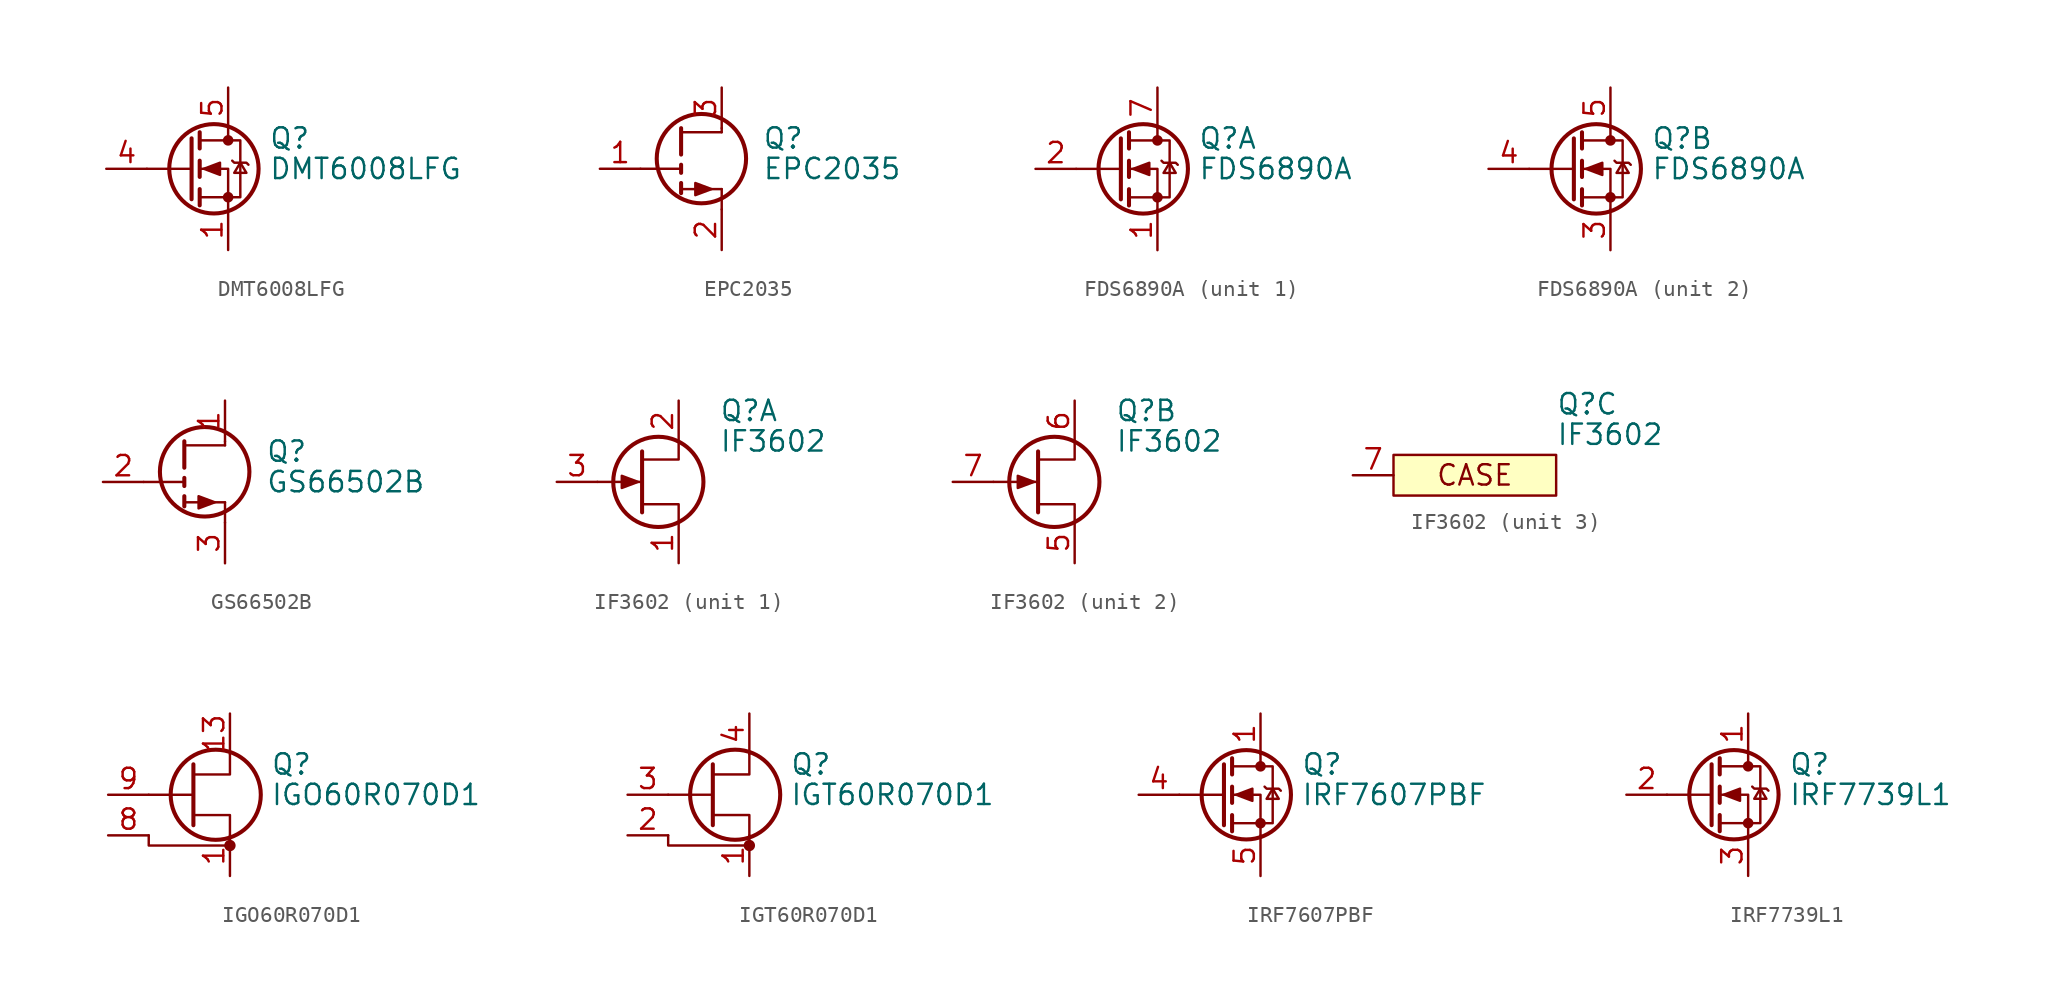
<source format=kicad_sym>
(kicad_symbol_lib
  (version 20231120)
  (generator "kicad_symbol_editor")
  (generator_version "8.0")
  (symbol "DMT6008LFG"
    (pin_names hide)
    (property "Reference" "Q"
      (at 5.08 1.905 0)
      (effects (font (size 1.27 1.27)) (justify left)))
    (property "Value" "DMT6008LFG"
      (at 5.08 0 0)
      (effects (font (size 1.27 1.27)) (justify left)))
    (symbol "DMT6008LFG_0_1"
      (polyline (pts (xy 0.254 0) (xy -2.54 0)) (stroke (width 0) (type default)) (fill (type none)))
      (polyline (pts (xy 0.254 1.905) (xy 0.254 -1.905)) (stroke (width 0.254) (type default)) (fill (type none)))
      (polyline (pts (xy 0.762 -1.27) (xy 0.762 -2.286)) (stroke (width 0.254) (type default)) (fill (type none)))
      (polyline (pts (xy 0.762 0.508) (xy 0.762 -0.508)) (stroke (width 0.254) (type default)) (fill (type none)))
      (polyline (pts (xy 0.762 2.286) (xy 0.762 1.27)) (stroke (width 0.254) (type default)) (fill (type none)))
      (polyline (pts (xy 2.54 2.54) (xy 2.54 1.778)) (stroke (width 0) (type default)) (fill (type none)))
      (polyline (pts (xy 2.54 -2.54) (xy 2.54 0) (xy 0.762 0)) (stroke (width 0) (type default)) (fill (type none)))
      (polyline (pts (xy 0.762 -1.778) (xy 3.302 -1.778) (xy 3.302 1.778) (xy 0.762 1.778)) (stroke (width 0) (type default)) (fill (type none)))
      (polyline (pts (xy 1.016 0) (xy 2.032 0.381) (xy 2.032 -0.381) (xy 1.016 0)) (stroke (width 0) (type default)) (fill (type outline)))
      (polyline (pts (xy 2.794 0.508) (xy 2.921 0.381) (xy 3.683 0.381) (xy 3.81 0.254)) (stroke (width 0) (type default)) (fill (type none)))
      (polyline (pts (xy 3.302 0.381) (xy 2.921 -0.254) (xy 3.683 -0.254) (xy 3.302 0.381)) (stroke (width 0) (type default)) (fill (type none)))
      (circle (center 1.651 0) (radius 2.794) (stroke (width 0.254) (type default)) (fill (type none)))
      (circle (center 2.54 -1.778) (radius 0.254) (stroke (width 0) (type default)) (fill (type outline)))
      (circle (center 2.54 1.778) (radius 0.254) (stroke (width 0) (type default)) (fill (type outline))))
    (symbol "DMT6008LFG_1_1"
      (pin passive line (at 2.54 -5.08 90) (length 2.54) (name "S" (effects (font (size 1.27 1.27)))) (number "1" (effects (font (size 1.27 1.27)))))
      (pin passive line (at 2.54 -5.08 90) (length 2.54) hide (name "S" (effects (font (size 1.27 1.27)))) (number "2" (effects (font (size 1.27 1.27)))))
      (pin passive line (at 2.54 -5.08 90) (length 2.54) hide (name "S" (effects (font (size 1.27 1.27)))) (number "3" (effects (font (size 1.27 1.27)))))
      (pin passive line (at -5.08 0 0) (length 2.54) (name "G" (effects (font (size 1.27 1.27)))) (number "4" (effects (font (size 1.27 1.27)))))
      (pin passive line (at 2.54 5.08 270) (length 2.54) (name "D" (effects (font (size 1.27 1.27)))) (number "5" (effects (font (size 1.27 1.27)))))))
  (symbol "EPC2035"
    (pin_names
      (offset 0) hide)
    (property "Reference" "Q"
      (at 5.08 1.905 0)
      (effects (font (size 1.27 1.27)) (justify left)))
    (property "Value" "EPC2035"
      (at 5.08 0 0)
      (effects (font (size 1.27 1.27)) (justify left)))
    (symbol "EPC2035_0_1"
      (polyline (pts (xy 0 0) (xy -2.54 0)) (stroke (width 0) (type default)) (fill (type none)))
      (polyline (pts (xy 0 2.286) (xy 2.54 2.286)) (stroke (width 0) (type default)) (fill (type none)))
      (polyline (pts (xy 2.54 -2.54) (xy 2.54 -1.27)) (stroke (width 0) (type default)) (fill (type none)))
      (polyline (pts (xy 2.54 -1.27) (xy 0 -1.27)) (stroke (width 0) (type default)) (fill (type none)))
      (polyline (pts (xy 2.54 2.286) (xy 2.54 2.54)) (stroke (width 0) (type default)) (fill (type none)))
      (polyline (pts (xy 1.905 -1.27) (xy 0.889 -0.889) (xy 0.889 -1.651) (xy 1.905 -1.27)) (stroke (width 0) (type default)) (fill (type outline)))
      (circle (center 1.27 0.635) (radius 2.794) (stroke (width 0.254) (type default)) (fill (type none))))
    (symbol "EPC2035_1_1"
      (polyline (pts (xy 0 -0.889) (xy 0 -1.524)) (stroke (width 0.254) (type default)) (fill (type none)))
      (polyline (pts (xy 0 0.254) (xy 0 -0.254)) (stroke (width 0.254) (type default)) (fill (type none)))
      (polyline (pts (xy 0 0.889) (xy 0 2.54)) (stroke (width 0.254) (type default)) (fill (type none)))
      (pin input line (at -5.08 0 0) (length 2.54) (name "G" (effects (font (size 1.27 1.27)))) (number "1" (effects (font (size 1.27 1.27)))))
      (pin passive line (at 2.54 -5.08 90) (length 2.54) (name "S" (effects (font (size 1.27 1.27)))) (number "2" (effects (font (size 1.27 1.27)))))
      (pin passive line (at 2.54 5.08 270) (length 2.54) (name "D" (effects (font (size 1.27 1.27)))) (number "3" (effects (font (size 1.27 1.27)))))
      (pin passive line (at 2.54 -5.08 90) (length 2.54) hide (name "S" (effects (font (size 1.27 1.27)))) (number "4" (effects (font (size 1.27 1.27)))))))
  (symbol "FDS6890A"
    (pin_names hide)
    (property "Reference" "Q"
      (at 5.08 1.905 0)
      (effects (font (size 1.27 1.27)) (justify left)))
    (property "Value" "FDS6890A"
      (at 5.08 0 0)
      (effects (font (size 1.27 1.27)) (justify left)))
    (symbol "FDS6890A_0_1"
      (polyline (pts (xy 0.254 0) (xy -2.54 0)) (stroke (width 0) (type default)) (fill (type none)))
      (polyline (pts (xy 0.254 1.905) (xy 0.254 -1.905)) (stroke (width 0.254) (type default)) (fill (type none)))
      (polyline (pts (xy 0.762 -1.27) (xy 0.762 -2.286)) (stroke (width 0.254) (type default)) (fill (type none)))
      (polyline (pts (xy 0.762 0.508) (xy 0.762 -0.508)) (stroke (width 0.254) (type default)) (fill (type none)))
      (polyline (pts (xy 0.762 2.286) (xy 0.762 1.27)) (stroke (width 0.254) (type default)) (fill (type none)))
      (polyline (pts (xy 2.54 2.54) (xy 2.54 1.778)) (stroke (width 0) (type default)) (fill (type none)))
      (polyline (pts (xy 2.54 -2.54) (xy 2.54 0) (xy 0.762 0)) (stroke (width 0) (type default)) (fill (type none)))
      (polyline (pts (xy 0.762 -1.778) (xy 3.302 -1.778) (xy 3.302 1.778) (xy 0.762 1.778)) (stroke (width 0) (type default)) (fill (type none)))
      (polyline (pts (xy 1.016 0) (xy 2.032 0.381) (xy 2.032 -0.381) (xy 1.016 0)) (stroke (width 0) (type default)) (fill (type outline)))
      (polyline (pts (xy 2.794 0.508) (xy 2.921 0.381) (xy 3.683 0.381) (xy 3.81 0.254)) (stroke (width 0) (type default)) (fill (type none)))
      (polyline (pts (xy 3.302 0.381) (xy 2.921 -0.254) (xy 3.683 -0.254) (xy 3.302 0.381)) (stroke (width 0) (type default)) (fill (type none)))
      (circle (center 1.651 0) (radius 2.794) (stroke (width 0.254) (type default)) (fill (type none)))
      (circle (center 2.54 -1.778) (radius 0.254) (stroke (width 0) (type default)) (fill (type outline)))
      (circle (center 2.54 1.778) (radius 0.254) (stroke (width 0) (type default)) (fill (type outline))))
    (symbol "FDS6890A_1_1"
      (pin passive line (at 2.54 -5.08 90) (length 2.54) (name "S1" (effects (font (size 1.27 1.27)))) (number "1" (effects (font (size 1.27 1.27)))))
      (pin passive line (at -5.08 0 0) (length 2.54) (name "G1" (effects (font (size 1.27 1.27)))) (number "2" (effects (font (size 1.27 1.27)))))
      (pin passive line (at 2.54 5.08 270) (length 2.54) (name "D1" (effects (font (size 1.27 1.27)))) (number "7" (effects (font (size 1.27 1.27)))))
      (pin passive line (at 2.54 5.08 270) (length 2.54) hide (name "D1" (effects (font (size 1.27 1.27)))) (number "8" (effects (font (size 1.27 1.27))))))
    (symbol "FDS6890A_2_1"
      (pin passive line (at 2.54 -5.08 90) (length 2.54) (name "S2" (effects (font (size 1.27 1.27)))) (number "3" (effects (font (size 1.27 1.27)))))
      (pin passive line (at -5.08 0 0) (length 2.54) (name "G2" (effects (font (size 1.27 1.27)))) (number "4" (effects (font (size 1.27 1.27)))))
      (pin passive line (at 2.54 5.08 270) (length 2.54) (name "D2" (effects (font (size 1.27 1.27)))) (number "5" (effects (font (size 1.27 1.27)))))
      (pin passive line (at 2.54 5.08 270) (length 2.54) hide (name "D2" (effects (font (size 1.27 1.27)))) (number "6" (effects (font (size 1.27 1.27)))))))
  (symbol "GS66502B"
    (pin_names
      (offset 0) hide)
    (property "Reference" "Q"
      (at 5.08 1.905 0)
      (effects (font (size 1.27 1.27)) (justify left)))
    (property "Value" "GS66502B"
      (at 5.08 0 0)
      (effects (font (size 1.27 1.27)) (justify left)))
    (symbol "GS66502B_0_1"
      (polyline (pts (xy 0 0) (xy -2.54 0)) (stroke (width 0) (type default)) (fill (type none)))
      (polyline (pts (xy 0 2.286) (xy 2.54 2.286)) (stroke (width 0) (type default)) (fill (type none)))
      (polyline (pts (xy 2.54 -2.54) (xy 2.54 -1.27)) (stroke (width 0) (type default)) (fill (type none)))
      (polyline (pts (xy 2.54 -1.27) (xy 0 -1.27)) (stroke (width 0) (type default)) (fill (type none)))
      (polyline (pts (xy 2.54 2.286) (xy 2.54 2.54)) (stroke (width 0) (type default)) (fill (type none)))
      (polyline (pts (xy 1.905 -1.27) (xy 0.889 -0.889) (xy 0.889 -1.651) (xy 1.905 -1.27)) (stroke (width 0) (type default)) (fill (type outline)))
      (circle (center 1.27 0.635) (radius 2.794) (stroke (width 0.254) (type default)) (fill (type none))))
    (symbol "GS66502B_1_1"
      (polyline (pts (xy 0 -0.889) (xy 0 -1.524)) (stroke (width 0.254) (type default)) (fill (type none)))
      (polyline (pts (xy 0 0.254) (xy 0 -0.254)) (stroke (width 0.254) (type default)) (fill (type none)))
      (polyline (pts (xy 0 0.889) (xy 0 2.54)) (stroke (width 0.254) (type default)) (fill (type none)))
      (pin passive line (at 2.54 5.08 270) (length 2.54) (name "D" (effects (font (size 1.27 1.27)))) (number "1" (effects (font (size 1.27 1.27)))))
      (pin input line (at -5.08 0 0) (length 2.54) (name "G" (effects (font (size 1.27 1.27)))) (number "2" (effects (font (size 1.27 1.27)))))
      (pin passive line (at 2.54 -5.08 90) (length 2.54) (name "S" (effects (font (size 1.27 1.27)))) (number "3" (effects (font (size 1.27 1.27)))))))
  (symbol "IF3602"
    (pin_names hide)
    (property "Reference" "Q"
      (at 5.08 4.445 0)
      (effects (font (size 1.27 1.27)) (justify left)))
    (property "Value" "IF3602"
      (at 5.08 2.54 0)
      (effects (font (size 1.27 1.27)) (justify left)))
    (symbol "IF3602_1_1"
      (polyline (pts (xy 0.254 0) (xy -2.54 0)) (stroke (width 0) (type default)) (fill (type none)))
      (polyline (pts (xy 0.254 1.905) (xy 0.254 -1.905)) (stroke (width 0.254) (type default)) (fill (type none)))
      (polyline (pts (xy 2.54 -2.54) (xy 2.54 -1.397) (xy 0.254 -1.397)) (stroke (width 0) (type default)) (fill (type none)))
      (polyline (pts (xy 2.54 2.54) (xy 2.54 1.397) (xy 0.254 1.397)) (stroke (width 0) (type default)) (fill (type none)))
      (polyline (pts (xy 0 0) (xy -1.016 0.381) (xy -1.016 -0.381) (xy 0 0)) (stroke (width 0) (type default)) (fill (type outline)))
      (circle (center 1.27 0) (radius 2.819) (stroke (width 0.254) (type default)) (fill (type none)))
      (pin passive line (at 2.54 -5.08 90) (length 2.54) (name "S1" (effects (font (size 1.27 1.27)))) (number "1" (effects (font (size 1.27 1.27)))))
      (pin passive line (at 2.54 5.08 270) (length 2.54) (name "D1" (effects (font (size 1.27 1.27)))) (number "2" (effects (font (size 1.27 1.27)))))
      (pin input line (at -5.08 0 0) (length 2.54) (name "G1" (effects (font (size 1.27 1.27)))) (number "3" (effects (font (size 1.27 1.27))))))
    (symbol "IF3602_2_1"
      (polyline (pts (xy 0.254 0) (xy -2.54 0)) (stroke (width 0) (type default)) (fill (type none)))
      (polyline (pts (xy 0.254 1.905) (xy 0.254 -1.905)) (stroke (width 0.254) (type default)) (fill (type none)))
      (polyline (pts (xy 2.54 -2.54) (xy 2.54 -1.397) (xy 0.254 -1.397)) (stroke (width 0) (type default)) (fill (type none)))
      (polyline (pts (xy 2.54 2.54) (xy 2.54 1.397) (xy 0.254 1.397)) (stroke (width 0) (type default)) (fill (type none)))
      (polyline (pts (xy 0 0) (xy -1.016 0.381) (xy -1.016 -0.381) (xy 0 0)) (stroke (width 0) (type default)) (fill (type outline)))
      (circle (center 1.27 0) (radius 2.819) (stroke (width 0.254) (type default)) (fill (type none)))
      (pin passive line (at 2.54 -5.08 90) (length 2.54) (name "S2" (effects (font (size 1.27 1.27)))) (number "5" (effects (font (size 1.27 1.27)))))
      (pin passive line (at 2.54 5.08 270) (length 2.54) (name "D2" (effects (font (size 1.27 1.27)))) (number "6" (effects (font (size 1.27 1.27)))))
      (pin input line (at -5.08 0 0) (length 2.54) (name "G2" (effects (font (size 1.27 1.27)))) (number "7" (effects (font (size 1.27 1.27))))))
    (symbol "IF3602_3_1"
      (rectangle (start -5.08 1.27) (end 5.08 -1.27) (stroke (width 0) (type default)) (fill (type background)))
      (text "CASE" (at 0 0 0) (effects (font (size 1.27 1.27))))
      (pin passive line (at -7.62 0 0) (length 2.54) (name "CASE" (effects (font (size 1.27 1.27)))) (number "7" (effects (font (size 1.27 1.27)))))
      (pin no_connect line (at 5.08 0 180) (length 2.54) hide (name "NC" (effects (font (size 1.27 1.27)))) (number "8" (effects (font (size 1.27 1.27)))))))
  (symbol "IGO60R070D1"
    (pin_names
      (offset 0) hide)
    (property "Reference" "Q"
      (at 5.08 1.905 0)
      (effects (font (size 1.27 1.27)) (justify left)))
    (property "Value" "IGO60R070D1"
      (at 5.08 0 0)
      (effects (font (size 1.27 1.27)) (justify left)))
    (symbol "IGO60R070D1_0_1"
      (polyline (pts (xy -2.54 0) (xy 0.254 0)) (stroke (width 0) (type default)) (fill (type none)))
      (polyline (pts (xy -2.54 -2.54) (xy -2.54 -3.175) (xy 2.54 -3.175)) (stroke (width 0) (type default)) (fill (type none)))
      (polyline (pts (xy 0.254 -1.27) (xy 2.54 -1.27) (xy 2.54 -2.54)) (stroke (width 0) (type default)) (fill (type none)))
      (polyline (pts (xy 0.254 1.905) (xy 0.254 -1.905) (xy 0.254 -1.905)) (stroke (width 0.254) (type default)) (fill (type none)))
      (polyline (pts (xy 2.54 2.54) (xy 2.54 1.27) (xy 0.254 1.27)) (stroke (width 0) (type default)) (fill (type none)))
      (circle (center 1.651 0) (radius 2.819) (stroke (width 0.254) (type default)) (fill (type none)))
      (circle (center 2.54 -3.175) (radius 0.279) (stroke (width 0) (type default)) (fill (type outline))))
    (symbol "IGO60R070D1_1_1"
      (pin passive line (at 2.54 -5.08 90) (length 2.54) (name "S" (effects (font (size 1.27 1.27)))) (number "1" (effects (font (size 1.27 1.27)))))
      (pin input line (at -5.08 0 0) (length 2.54) hide (name "G" (effects (font (size 1.27 1.27)))) (number "10" (effects (font (size 1.27 1.27)))))
      (pin passive line (at 2.54 5.08 270) (length 2.54) (name "D" (effects (font (size 1.27 1.27)))) (number "13" (effects (font (size 1.27 1.27)))))
      (pin passive line (at 2.54 5.08 270) (length 2.54) hide (name "D" (effects (font (size 1.27 1.27)))) (number "14" (effects (font (size 1.27 1.27)))))
      (pin passive line (at 2.54 5.08 270) (length 2.54) hide (name "D" (effects (font (size 1.27 1.27)))) (number "15" (effects (font (size 1.27 1.27)))))
      (pin passive line (at 2.54 5.08 270) (length 2.54) hide (name "D" (effects (font (size 1.27 1.27)))) (number "16" (effects (font (size 1.27 1.27)))))
      (pin passive line (at 2.54 5.08 270) (length 2.54) hide (name "D" (effects (font (size 1.27 1.27)))) (number "17" (effects (font (size 1.27 1.27)))))
      (pin passive line (at 2.54 5.08 270) (length 2.54) hide (name "D" (effects (font (size 1.27 1.27)))) (number "18" (effects (font (size 1.27 1.27)))))
      (pin passive line (at 2.54 -5.08 90) (length 2.54) hide (name "S" (effects (font (size 1.27 1.27)))) (number "2" (effects (font (size 1.27 1.27)))))
      (pin passive line (at 2.54 -5.08 90) (length 2.54) hide (name "S" (effects (font (size 1.27 1.27)))) (number "21" (effects (font (size 1.27 1.27)))))
      (pin passive line (at 2.54 -5.08 90) (length 2.54) hide (name "S" (effects (font (size 1.27 1.27)))) (number "3" (effects (font (size 1.27 1.27)))))
      (pin passive line (at 2.54 -5.08 90) (length 2.54) hide (name "S" (effects (font (size 1.27 1.27)))) (number "4" (effects (font (size 1.27 1.27)))))
      (pin passive line (at 2.54 -5.08 90) (length 2.54) hide (name "S" (effects (font (size 1.27 1.27)))) (number "5" (effects (font (size 1.27 1.27)))))
      (pin passive line (at 2.54 -5.08 90) (length 2.54) hide (name "S" (effects (font (size 1.27 1.27)))) (number "6" (effects (font (size 1.27 1.27)))))
      (pin passive line (at 2.54 -5.08 90) (length 2.54) hide (name "S" (effects (font (size 1.27 1.27)))) (number "7" (effects (font (size 1.27 1.27)))))
      (pin passive line (at -5.08 -2.54 0) (length 2.54) (name "SS" (effects (font (size 1.27 1.27)))) (number "8" (effects (font (size 1.27 1.27)))))
      (pin input line (at -5.08 0 0) (length 2.54) (name "G" (effects (font (size 1.27 1.27)))) (number "9" (effects (font (size 1.27 1.27)))))))
  (symbol "IGT60R070D1"
    (pin_names
      (offset 0) hide)
    (property "Reference" "Q"
      (at 5.08 1.905 0)
      (effects (font (size 1.27 1.27)) (justify left)))
    (property "Value" "IGT60R070D1"
      (at 5.08 0 0)
      (effects (font (size 1.27 1.27)) (justify left)))
    (symbol "IGT60R070D1_0_1"
      (polyline (pts (xy -2.54 0) (xy 0.254 0)) (stroke (width 0) (type default)) (fill (type none)))
      (polyline (pts (xy -2.54 -2.54) (xy -2.54 -3.175) (xy 2.54 -3.175)) (stroke (width 0) (type default)) (fill (type none)))
      (polyline (pts (xy 0.254 -1.27) (xy 2.54 -1.27) (xy 2.54 -2.54)) (stroke (width 0) (type default)) (fill (type none)))
      (polyline (pts (xy 0.254 1.905) (xy 0.254 -1.905) (xy 0.254 -1.905)) (stroke (width 0.254) (type default)) (fill (type none)))
      (polyline (pts (xy 2.54 2.54) (xy 2.54 1.27) (xy 0.254 1.27)) (stroke (width 0) (type default)) (fill (type none)))
      (circle (center 1.651 0) (radius 2.819) (stroke (width 0.254) (type default)) (fill (type none)))
      (circle (center 2.54 -3.175) (radius 0.279) (stroke (width 0) (type default)) (fill (type outline))))
    (symbol "IGT60R070D1_1_1"
      (pin passive line (at 2.54 -5.08 90) (length 2.54) (name "S" (effects (font (size 1.27 1.27)))) (number "1" (effects (font (size 1.27 1.27)))))
      (pin passive line (at -5.08 -2.54 0) (length 2.54) (name "SS" (effects (font (size 1.27 1.27)))) (number "2" (effects (font (size 1.27 1.27)))))
      (pin input line (at -5.08 0 0) (length 2.54) (name "G" (effects (font (size 1.27 1.27)))) (number "3" (effects (font (size 1.27 1.27)))))
      (pin passive line (at 2.54 5.08 270) (length 2.54) (name "D" (effects (font (size 1.27 1.27)))) (number "4" (effects (font (size 1.27 1.27)))))))
  (symbol "IRF7607PBF"
    (pin_names hide)
    (property "Reference" "Q"
      (at 5.08 1.905 0)
      (effects (font (size 1.27 1.27)) (justify left)))
    (property "Value" "IRF7607PBF"
      (at 5.08 0 0)
      (effects (font (size 1.27 1.27)) (justify left)))
    (symbol "IRF7607PBF_0_1"
      (polyline (pts (xy 0.254 0) (xy -2.54 0)) (stroke (width 0) (type default)) (fill (type none)))
      (polyline (pts (xy 0.254 1.905) (xy 0.254 -1.905)) (stroke (width 0.254) (type default)) (fill (type none)))
      (polyline (pts (xy 0.762 -1.27) (xy 0.762 -2.286)) (stroke (width 0.254) (type default)) (fill (type none)))
      (polyline (pts (xy 0.762 0.508) (xy 0.762 -0.508)) (stroke (width 0.254) (type default)) (fill (type none)))
      (polyline (pts (xy 0.762 2.286) (xy 0.762 1.27)) (stroke (width 0.254) (type default)) (fill (type none)))
      (polyline (pts (xy 2.54 2.54) (xy 2.54 1.778)) (stroke (width 0) (type default)) (fill (type none)))
      (polyline (pts (xy 2.54 -2.54) (xy 2.54 0) (xy 0.762 0)) (stroke (width 0) (type default)) (fill (type none)))
      (polyline (pts (xy 0.762 -1.778) (xy 3.302 -1.778) (xy 3.302 1.778) (xy 0.762 1.778)) (stroke (width 0) (type default)) (fill (type none)))
      (polyline (pts (xy 1.016 0) (xy 2.032 0.381) (xy 2.032 -0.381) (xy 1.016 0)) (stroke (width 0) (type default)) (fill (type outline)))
      (polyline (pts (xy 2.794 0.508) (xy 2.921 0.381) (xy 3.683 0.381) (xy 3.81 0.254)) (stroke (width 0) (type default)) (fill (type none)))
      (polyline (pts (xy 3.302 0.381) (xy 2.921 -0.254) (xy 3.683 -0.254) (xy 3.302 0.381)) (stroke (width 0) (type default)) (fill (type none)))
      (circle (center 1.651 0) (radius 2.794) (stroke (width 0.254) (type default)) (fill (type none)))
      (circle (center 2.54 -1.778) (radius 0.254) (stroke (width 0) (type default)) (fill (type outline)))
      (circle (center 2.54 1.778) (radius 0.254) (stroke (width 0) (type default)) (fill (type outline))))
    (symbol "IRF7607PBF_1_1"
      (pin passive line (at 2.54 5.08 270) (length 2.54) (name "S" (effects (font (size 1.27 1.27)))) (number "1" (effects (font (size 1.27 1.27)))))
      (pin passive line (at 2.54 5.08 270) (length 2.54) hide (name "S" (effects (font (size 1.27 1.27)))) (number "2" (effects (font (size 1.27 1.27)))))
      (pin passive line (at 2.54 5.08 270) (length 2.54) hide (name "S" (effects (font (size 1.27 1.27)))) (number "3" (effects (font (size 1.27 1.27)))))
      (pin passive line (at -5.08 0 0) (length 2.54) (name "G" (effects (font (size 1.27 1.27)))) (number "4" (effects (font (size 1.27 1.27)))))
      (pin passive line (at 2.54 -5.08 90) (length 2.54) (name "D" (effects (font (size 1.27 1.27)))) (number "5" (effects (font (size 1.27 1.27)))))
      (pin passive line (at 2.54 -5.08 90) (length 2.54) hide (name "D" (effects (font (size 1.27 1.27)))) (number "6" (effects (font (size 1.27 1.27)))))
      (pin passive line (at 2.54 -5.08 90) (length 2.54) hide (name "D" (effects (font (size 1.27 1.27)))) (number "7" (effects (font (size 1.27 1.27)))))
      (pin passive line (at 2.54 -5.08 90) (length 2.54) hide (name "D" (effects (font (size 1.27 1.27)))) (number "8" (effects (font (size 1.27 1.27)))))))
  (symbol "IRF7739L1"
    (pin_names hide)
    (property "Reference" "Q"
      (at 5.08 1.905 0)
      (effects (font (size 1.27 1.27)) (justify left)))
    (property "Value" "IRF7739L1"
      (at 5.08 0 0)
      (effects (font (size 1.27 1.27)) (justify left)))
    (symbol "IRF7739L1_0_1"
      (polyline (pts (xy 0.254 0) (xy -2.54 0)) (stroke (width 0) (type default)) (fill (type none)))
      (polyline (pts (xy 0.254 1.905) (xy 0.254 -1.905)) (stroke (width 0.254) (type default)) (fill (type none)))
      (polyline (pts (xy 0.762 -1.27) (xy 0.762 -2.286)) (stroke (width 0.254) (type default)) (fill (type none)))
      (polyline (pts (xy 0.762 0.508) (xy 0.762 -0.508)) (stroke (width 0.254) (type default)) (fill (type none)))
      (polyline (pts (xy 0.762 2.286) (xy 0.762 1.27)) (stroke (width 0.254) (type default)) (fill (type none)))
      (polyline (pts (xy 2.54 2.54) (xy 2.54 1.778)) (stroke (width 0) (type default)) (fill (type none)))
      (polyline (pts (xy 2.54 -2.54) (xy 2.54 0) (xy 0.762 0)) (stroke (width 0) (type default)) (fill (type none)))
      (polyline (pts (xy 0.762 -1.778) (xy 3.302 -1.778) (xy 3.302 1.778) (xy 0.762 1.778)) (stroke (width 0) (type default)) (fill (type none)))
      (polyline (pts (xy 1.016 0) (xy 2.032 0.381) (xy 2.032 -0.381) (xy 1.016 0)) (stroke (width 0) (type default)) (fill (type outline)))
      (polyline (pts (xy 2.794 0.508) (xy 2.921 0.381) (xy 3.683 0.381) (xy 3.81 0.254)) (stroke (width 0) (type default)) (fill (type none)))
      (polyline (pts (xy 3.302 0.381) (xy 2.921 -0.254) (xy 3.683 -0.254) (xy 3.302 0.381)) (stroke (width 0) (type default)) (fill (type none)))
      (circle (center 1.651 0) (radius 2.794) (stroke (width 0.254) (type default)) (fill (type none)))
      (circle (center 2.54 -1.778) (radius 0.254) (stroke (width 0) (type default)) (fill (type outline)))
      (circle (center 2.54 1.778) (radius 0.254) (stroke (width 0) (type default)) (fill (type outline))))
    (symbol "IRF7739L1_1_1"
      (pin passive line (at 2.54 5.08 270) (length 2.54) (name "D" (effects (font (size 1.27 1.27)))) (number "1" (effects (font (size 1.27 1.27)))))
      (pin input line (at -5.08 0 0) (length 2.54) (name "G" (effects (font (size 1.27 1.27)))) (number "2" (effects (font (size 1.27 1.27)))))
      (pin passive line (at 2.54 -5.08 90) (length 2.54) (name "S" (effects (font (size 1.27 1.27)))) (number "3" (effects (font (size 1.27 1.27))))))))
</source>
